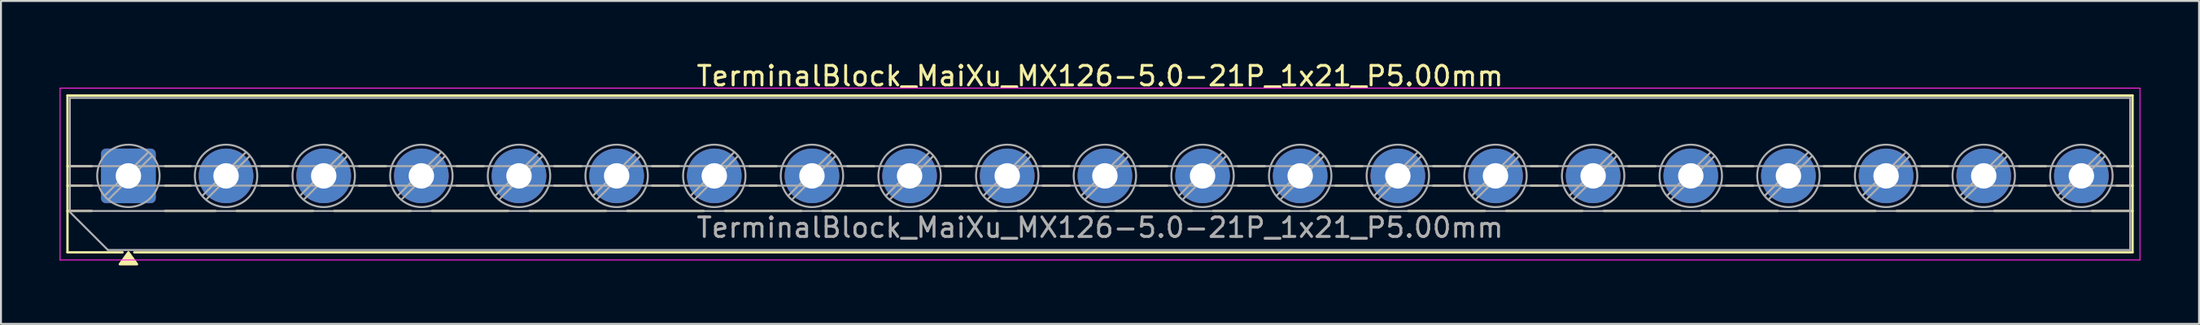
<source format=kicad_pcb>
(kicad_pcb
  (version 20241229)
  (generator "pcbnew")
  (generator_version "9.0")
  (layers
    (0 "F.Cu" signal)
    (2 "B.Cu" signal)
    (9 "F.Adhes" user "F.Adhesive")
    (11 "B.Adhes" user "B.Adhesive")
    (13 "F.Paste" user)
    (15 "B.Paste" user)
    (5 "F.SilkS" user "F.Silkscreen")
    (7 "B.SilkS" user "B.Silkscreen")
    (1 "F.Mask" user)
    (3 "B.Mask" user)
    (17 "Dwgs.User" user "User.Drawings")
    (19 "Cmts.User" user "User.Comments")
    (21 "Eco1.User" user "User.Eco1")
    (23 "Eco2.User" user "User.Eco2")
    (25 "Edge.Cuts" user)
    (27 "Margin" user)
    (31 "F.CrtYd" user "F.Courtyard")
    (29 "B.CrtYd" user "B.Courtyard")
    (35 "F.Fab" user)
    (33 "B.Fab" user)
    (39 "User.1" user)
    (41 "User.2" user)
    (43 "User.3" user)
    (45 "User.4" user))
  (footprint "TerminalBlock_MaiXu_MX126-5.0-21P_1x21_P5.00mm"
    (layer "F.Cu")
    (at 3.525 5.968)
    (property "Reference" "TerminalBlock_MaiXu_MX126-5.0-21P_1x21_P5.00mm" (at 49.75 -5.12 0) (layer "F.SilkS") (effects (font (size 1 1) (thickness 0.15))))
    (attr through_hole)
    (fp_line (start -3.12 -4.12) (end -3.12 3.92) (stroke (width 0.12) (type solid)) (layer "F.SilkS"))
    (fp_line (start -3.12 -4.12) (end 102.62 -4.12) (stroke (width 0.12) (type solid)) (layer "F.SilkS"))
    (fp_line (start -3.12 -0.5) (end -1.88 -0.5) (stroke (width 0.12) (type solid)) (layer "F.SilkS"))
    (fp_line (start -3.12 0.5) (end -1.88 0.5) (stroke (width 0.12) (type solid)) (layer "F.SilkS"))
    (fp_line (start -3.12 1.8) (end -1.88 1.8) (stroke (width 0.12) (type solid)) (layer "F.SilkS"))
    (fp_line (start -3.12 3.92) (end -0.3 3.92) (stroke (width 0.12) (type solid)) (layer "F.SilkS"))
    (fp_line (start 0.3 3.92) (end 102.62 3.92) (stroke (width 0.12) (type solid)) (layer "F.SilkS"))
    (fp_line (start 1.88 -0.5) (end 3.188 -0.5) (stroke (width 0.12) (type solid)) (layer "F.SilkS"))
    (fp_line (start 1.88 0.5) (end 3.188 0.5) (stroke (width 0.12) (type solid)) (layer "F.SilkS"))
    (fp_line (start 1.88 1.8) (end 4.457 1.8) (stroke (width 0.12) (type solid)) (layer "F.SilkS"))
    (fp_line (start 5.543 1.8) (end 9.457 1.8) (stroke (width 0.12) (type solid)) (layer "F.SilkS"))
    (fp_line (start 6.812 -0.5) (end 8.188 -0.5) (stroke (width 0.12) (type solid)) (layer "F.SilkS"))
    (fp_line (start 6.812 0.5) (end 8.188 0.5) (stroke (width 0.12) (type solid)) (layer "F.SilkS"))
    (fp_line (start 10.543 1.8) (end 14.457 1.8) (stroke (width 0.12) (type solid)) (layer "F.SilkS"))
    (fp_line (start 11.812 -0.5) (end 13.188 -0.5) (stroke (width 0.12) (type solid)) (layer "F.SilkS"))
    (fp_line (start 11.812 0.5) (end 13.188 0.5) (stroke (width 0.12) (type solid)) (layer "F.SilkS"))
    (fp_line (start 15.543 1.8) (end 19.457 1.8) (stroke (width 0.12) (type solid)) (layer "F.SilkS"))
    (fp_line (start 16.812 -0.5) (end 18.188 -0.5) (stroke (width 0.12) (type solid)) (layer "F.SilkS"))
    (fp_line (start 16.812 0.5) (end 18.188 0.5) (stroke (width 0.12) (type solid)) (layer "F.SilkS"))
    (fp_line (start 20.543 1.8) (end 24.457 1.8) (stroke (width 0.12) (type solid)) (layer "F.SilkS"))
    (fp_line (start 21.812 -0.5) (end 23.188 -0.5) (stroke (width 0.12) (type solid)) (layer "F.SilkS"))
    (fp_line (start 21.812 0.5) (end 23.188 0.5) (stroke (width 0.12) (type solid)) (layer "F.SilkS"))
    (fp_line (start 25.543 1.8) (end 29.457 1.8) (stroke (width 0.12) (type solid)) (layer "F.SilkS"))
    (fp_line (start 26.812 -0.5) (end 28.188 -0.5) (stroke (width 0.12) (type solid)) (layer "F.SilkS"))
    (fp_line (start 26.812 0.5) (end 28.188 0.5) (stroke (width 0.12) (type solid)) (layer "F.SilkS"))
    (fp_line (start 30.543 1.8) (end 34.457 1.8) (stroke (width 0.12) (type solid)) (layer "F.SilkS"))
    (fp_line (start 31.812 -0.5) (end 33.188 -0.5) (stroke (width 0.12) (type solid)) (layer "F.SilkS"))
    (fp_line (start 31.812 0.5) (end 33.188 0.5) (stroke (width 0.12) (type solid)) (layer "F.SilkS"))
    (fp_line (start 35.543 1.8) (end 39.457 1.8) (stroke (width 0.12) (type solid)) (layer "F.SilkS"))
    (fp_line (start 36.812 -0.5) (end 38.188 -0.5) (stroke (width 0.12) (type solid)) (layer "F.SilkS"))
    (fp_line (start 36.812 0.5) (end 38.188 0.5) (stroke (width 0.12) (type solid)) (layer "F.SilkS"))
    (fp_line (start 40.543 1.8) (end 44.457 1.8) (stroke (width 0.12) (type solid)) (layer "F.SilkS"))
    (fp_line (start 41.812 -0.5) (end 43.188 -0.5) (stroke (width 0.12) (type solid)) (layer "F.SilkS"))
    (fp_line (start 41.812 0.5) (end 43.188 0.5) (stroke (width 0.12) (type solid)) (layer "F.SilkS"))
    (fp_line (start 45.543 1.8) (end 49.457 1.8) (stroke (width 0.12) (type solid)) (layer "F.SilkS"))
    (fp_line (start 46.812 -0.5) (end 48.188 -0.5) (stroke (width 0.12) (type solid)) (layer "F.SilkS"))
    (fp_line (start 46.812 0.5) (end 48.188 0.5) (stroke (width 0.12) (type solid)) (layer "F.SilkS"))
    (fp_line (start 50.543 1.8) (end 54.457 1.8) (stroke (width 0.12) (type solid)) (layer "F.SilkS"))
    (fp_line (start 51.812 -0.5) (end 53.188 -0.5) (stroke (width 0.12) (type solid)) (layer "F.SilkS"))
    (fp_line (start 51.812 0.5) (end 53.188 0.5) (stroke (width 0.12) (type solid)) (layer "F.SilkS"))
    (fp_line (start 55.543 1.8) (end 59.457 1.8) (stroke (width 0.12) (type solid)) (layer "F.SilkS"))
    (fp_line (start 56.812 -0.5) (end 58.188 -0.5) (stroke (width 0.12) (type solid)) (layer "F.SilkS"))
    (fp_line (start 56.812 0.5) (end 58.188 0.5) (stroke (width 0.12) (type solid)) (layer "F.SilkS"))
    (fp_line (start 60.543 1.8) (end 64.457 1.8) (stroke (width 0.12) (type solid)) (layer "F.SilkS"))
    (fp_line (start 61.812 -0.5) (end 63.188 -0.5) (stroke (width 0.12) (type solid)) (layer "F.SilkS"))
    (fp_line (start 61.812 0.5) (end 63.188 0.5) (stroke (width 0.12) (type solid)) (layer "F.SilkS"))
    (fp_line (start 65.543 1.8) (end 69.457 1.8) (stroke (width 0.12) (type solid)) (layer "F.SilkS"))
    (fp_line (start 66.812 -0.5) (end 68.188 -0.5) (stroke (width 0.12) (type solid)) (layer "F.SilkS"))
    (fp_line (start 66.812 0.5) (end 68.188 0.5) (stroke (width 0.12) (type solid)) (layer "F.SilkS"))
    (fp_line (start 70.543 1.8) (end 74.457 1.8) (stroke (width 0.12) (type solid)) (layer "F.SilkS"))
    (fp_line (start 71.812 -0.5) (end 73.188 -0.5) (stroke (width 0.12) (type solid)) (layer "F.SilkS"))
    (fp_line (start 71.812 0.5) (end 73.188 0.5) (stroke (width 0.12) (type solid)) (layer "F.SilkS"))
    (fp_line (start 75.543 1.8) (end 79.457 1.8) (stroke (width 0.12) (type solid)) (layer "F.SilkS"))
    (fp_line (start 76.812 -0.5) (end 78.188 -0.5) (stroke (width 0.12) (type solid)) (layer "F.SilkS"))
    (fp_line (start 76.812 0.5) (end 78.188 0.5) (stroke (width 0.12) (type solid)) (layer "F.SilkS"))
    (fp_line (start 80.543 1.8) (end 84.457 1.8) (stroke (width 0.12) (type solid)) (layer "F.SilkS"))
    (fp_line (start 81.812 -0.5) (end 83.188 -0.5) (stroke (width 0.12) (type solid)) (layer "F.SilkS"))
    (fp_line (start 81.812 0.5) (end 83.188 0.5) (stroke (width 0.12) (type solid)) (layer "F.SilkS"))
    (fp_line (start 85.543 1.8) (end 89.457 1.8) (stroke (width 0.12) (type solid)) (layer "F.SilkS"))
    (fp_line (start 86.812 -0.5) (end 88.188 -0.5) (stroke (width 0.12) (type solid)) (layer "F.SilkS"))
    (fp_line (start 86.812 0.5) (end 88.188 0.5) (stroke (width 0.12) (type solid)) (layer "F.SilkS"))
    (fp_line (start 90.543 1.8) (end 94.457 1.8) (stroke (width 0.12) (type solid)) (layer "F.SilkS"))
    (fp_line (start 91.812 -0.5) (end 93.188 -0.5) (stroke (width 0.12) (type solid)) (layer "F.SilkS"))
    (fp_line (start 91.812 0.5) (end 93.188 0.5) (stroke (width 0.12) (type solid)) (layer "F.SilkS"))
    (fp_line (start 95.543 1.8) (end 99.457 1.8) (stroke (width 0.12) (type solid)) (layer "F.SilkS"))
    (fp_line (start 96.812 -0.5) (end 98.188 -0.5) (stroke (width 0.12) (type solid)) (layer "F.SilkS"))
    (fp_line (start 96.812 0.5) (end 98.188 0.5) (stroke (width 0.12) (type solid)) (layer "F.SilkS"))
    (fp_line (start 100.543 1.8) (end 102.62 1.8) (stroke (width 0.12) (type solid)) (layer "F.SilkS"))
    (fp_line (start 101.812 -0.5) (end 102.62 -0.5) (stroke (width 0.12) (type solid)) (layer "F.SilkS"))
    (fp_line (start 101.812 0.5) (end 102.62 0.5) (stroke (width 0.12) (type solid)) (layer "F.SilkS"))
    (fp_line (start 102.62 -4.12) (end 102.62 3.92) (stroke (width 0.12) (type solid)) (layer "F.SilkS"))
    (fp_poly (pts (xy 0 3.92) (xy 0.44 4.53) (xy -0.44 4.53)) (stroke (width 0.12) (type solid)) (fill yes) (layer "F.SilkS"))
    (fp_line (start -3.5 -4.5) (end -3.5 4.31) (stroke (width 0.05) (type solid)) (layer "F.CrtYd"))
    (fp_line (start -3.5 4.31) (end 103 4.31) (stroke (width 0.05) (type solid)) (layer "F.CrtYd"))
    (fp_line (start 103 -4.5) (end -3.5 -4.5) (stroke (width 0.05) (type solid)) (layer "F.CrtYd"))
    (fp_line (start 103 4.31) (end 103 -4.5) (stroke (width 0.05) (type solid)) (layer "F.CrtYd"))
    (fp_line (start -3 -4) (end 102.5 -4) (stroke (width 0.1) (type solid)) (layer "F.Fab"))
    (fp_line (start -3 -0.5) (end 102.5 -0.5) (stroke (width 0.1) (type solid)) (layer "F.Fab"))
    (fp_line (start -3 0.5) (end 102.5 0.5) (stroke (width 0.1) (type solid)) (layer "F.Fab"))
    (fp_line (start -3 1.8) (end 102.5 1.8) (stroke (width 0.1) (type solid)) (layer "F.Fab"))
    (fp_line (start -3 1.85) (end -3 -4) (stroke (width 0.1) (type solid)) (layer "F.Fab"))
    (fp_line (start -1.05 3.8) (end -3 1.85) (stroke (width 0.1) (type solid)) (layer "F.Fab"))
    (fp_line (start 1.018 -1.213) (end -1.214 1.018) (stroke (width 0.1) (type solid)) (layer "F.Fab"))
    (fp_line (start 1.213 -1.018) (end -1.018 1.213) (stroke (width 0.1) (type solid)) (layer "F.Fab"))
    (fp_line (start 6.018 -1.213) (end 3.786 1.018) (stroke (width 0.1) (type solid)) (layer "F.Fab"))
    (fp_line (start 6.213 -1.018) (end 3.982 1.213) (stroke (width 0.1) (type solid)) (layer "F.Fab"))
    (fp_line (start 11.018 -1.213) (end 8.786 1.018) (stroke (width 0.1) (type solid)) (layer "F.Fab"))
    (fp_line (start 11.213 -1.018) (end 8.982 1.213) (stroke (width 0.1) (type solid)) (layer "F.Fab"))
    (fp_line (start 16.018 -1.213) (end 13.786 1.018) (stroke (width 0.1) (type solid)) (layer "F.Fab"))
    (fp_line (start 16.213 -1.018) (end 13.982 1.213) (stroke (width 0.1) (type solid)) (layer "F.Fab"))
    (fp_line (start 21.018 -1.213) (end 18.786 1.018) (stroke (width 0.1) (type solid)) (layer "F.Fab"))
    (fp_line (start 21.213 -1.018) (end 18.982 1.213) (stroke (width 0.1) (type solid)) (layer "F.Fab"))
    (fp_line (start 26.018 -1.213) (end 23.786 1.018) (stroke (width 0.1) (type solid)) (layer "F.Fab"))
    (fp_line (start 26.213 -1.018) (end 23.982 1.213) (stroke (width 0.1) (type solid)) (layer "F.Fab"))
    (fp_line (start 31.018 -1.213) (end 28.786 1.018) (stroke (width 0.1) (type solid)) (layer "F.Fab"))
    (fp_line (start 31.213 -1.018) (end 28.982 1.213) (stroke (width 0.1) (type solid)) (layer "F.Fab"))
    (fp_line (start 36.018 -1.213) (end 33.786 1.018) (stroke (width 0.1) (type solid)) (layer "F.Fab"))
    (fp_line (start 36.213 -1.018) (end 33.982 1.213) (stroke (width 0.1) (type solid)) (layer "F.Fab"))
    (fp_line (start 41.018 -1.213) (end 38.786 1.018) (stroke (width 0.1) (type solid)) (layer "F.Fab"))
    (fp_line (start 41.213 -1.018) (end 38.982 1.213) (stroke (width 0.1) (type solid)) (layer "F.Fab"))
    (fp_line (start 46.018 -1.213) (end 43.786 1.018) (stroke (width 0.1) (type solid)) (layer "F.Fab"))
    (fp_line (start 46.213 -1.018) (end 43.982 1.213) (stroke (width 0.1) (type solid)) (layer "F.Fab"))
    (fp_line (start 51.018 -1.213) (end 48.786 1.018) (stroke (width 0.1) (type solid)) (layer "F.Fab"))
    (fp_line (start 51.213 -1.018) (end 48.982 1.213) (stroke (width 0.1) (type solid)) (layer "F.Fab"))
    (fp_line (start 56.018 -1.213) (end 53.786 1.018) (stroke (width 0.1) (type solid)) (layer "F.Fab"))
    (fp_line (start 56.213 -1.018) (end 53.982 1.213) (stroke (width 0.1) (type solid)) (layer "F.Fab"))
    (fp_line (start 61.018 -1.213) (end 58.786 1.018) (stroke (width 0.1) (type solid)) (layer "F.Fab"))
    (fp_line (start 61.213 -1.018) (end 58.982 1.213) (stroke (width 0.1) (type solid)) (layer "F.Fab"))
    (fp_line (start 66.018 -1.213) (end 63.786 1.018) (stroke (width 0.1) (type solid)) (layer "F.Fab"))
    (fp_line (start 66.213 -1.018) (end 63.982 1.213) (stroke (width 0.1) (type solid)) (layer "F.Fab"))
    (fp_line (start 71.018 -1.213) (end 68.786 1.018) (stroke (width 0.1) (type solid)) (layer "F.Fab"))
    (fp_line (start 71.213 -1.018) (end 68.982 1.213) (stroke (width 0.1) (type solid)) (layer "F.Fab"))
    (fp_line (start 76.018 -1.213) (end 73.786 1.018) (stroke (width 0.1) (type solid)) (layer "F.Fab"))
    (fp_line (start 76.213 -1.018) (end 73.982 1.213) (stroke (width 0.1) (type solid)) (layer "F.Fab"))
    (fp_line (start 81.018 -1.213) (end 78.786 1.018) (stroke (width 0.1) (type solid)) (layer "F.Fab"))
    (fp_line (start 81.213 -1.018) (end 78.982 1.213) (stroke (width 0.1) (type solid)) (layer "F.Fab"))
    (fp_line (start 86.018 -1.213) (end 83.786 1.018) (stroke (width 0.1) (type solid)) (layer "F.Fab"))
    (fp_line (start 86.213 -1.018) (end 83.982 1.213) (stroke (width 0.1) (type solid)) (layer "F.Fab"))
    (fp_line (start 91.018 -1.213) (end 88.786 1.018) (stroke (width 0.1) (type solid)) (layer "F.Fab"))
    (fp_line (start 91.213 -1.018) (end 88.982 1.213) (stroke (width 0.1) (type solid)) (layer "F.Fab"))
    (fp_line (start 96.018 -1.213) (end 93.786 1.018) (stroke (width 0.1) (type solid)) (layer "F.Fab"))
    (fp_line (start 96.213 -1.018) (end 93.982 1.213) (stroke (width 0.1) (type solid)) (layer "F.Fab"))
    (fp_line (start 101.018 -1.213) (end 98.786 1.018) (stroke (width 0.1) (type solid)) (layer "F.Fab"))
    (fp_line (start 101.213 -1.018) (end 98.982 1.213) (stroke (width 0.1) (type solid)) (layer "F.Fab"))
    (fp_line (start 102.5 -4) (end 102.5 3.8) (stroke (width 0.1) (type solid)) (layer "F.Fab"))
    (fp_line (start 102.5 3.8) (end -1.05 3.8) (stroke (width 0.1) (type solid)) (layer "F.Fab"))
    (fp_circle (center 0 0) (end 1.6 0) (stroke (width 0.1) (type solid)) (fill no) (layer "F.Fab"))
    (fp_circle (center 5 0) (end 6.6 0) (stroke (width 0.1) (type solid)) (fill no) (layer "F.Fab"))
    (fp_circle (center 10 0) (end 11.6 0) (stroke (width 0.1) (type solid)) (fill no) (layer "F.Fab"))
    (fp_circle (center 15 0) (end 16.6 0) (stroke (width 0.1) (type solid)) (fill no) (layer "F.Fab"))
    (fp_circle (center 20 0) (end 21.6 0) (stroke (width 0.1) (type solid)) (fill no) (layer "F.Fab"))
    (fp_circle (center 25 0) (end 26.6 0) (stroke (width 0.1) (type solid)) (fill no) (layer "F.Fab"))
    (fp_circle (center 30 0) (end 31.6 0) (stroke (width 0.1) (type solid)) (fill no) (layer "F.Fab"))
    (fp_circle (center 35 0) (end 36.6 0) (stroke (width 0.1) (type solid)) (fill no) (layer "F.Fab"))
    (fp_circle (center 40 0) (end 41.6 0) (stroke (width 0.1) (type solid)) (fill no) (layer "F.Fab"))
    (fp_circle (center 45 0) (end 46.6 0) (stroke (width 0.1) (type solid)) (fill no) (layer "F.Fab"))
    (fp_circle (center 50 0) (end 51.6 0) (stroke (width 0.1) (type solid)) (fill no) (layer "F.Fab"))
    (fp_circle (center 55 0) (end 56.6 0) (stroke (width 0.1) (type solid)) (fill no) (layer "F.Fab"))
    (fp_circle (center 60 0) (end 61.6 0) (stroke (width 0.1) (type solid)) (fill no) (layer "F.Fab"))
    (fp_circle (center 65 0) (end 66.6 0) (stroke (width 0.1) (type solid)) (fill no) (layer "F.Fab"))
    (fp_circle (center 70 0) (end 71.6 0) (stroke (width 0.1) (type solid)) (fill no) (layer "F.Fab"))
    (fp_circle (center 75 0) (end 76.6 0) (stroke (width 0.1) (type solid)) (fill no) (layer "F.Fab"))
    (fp_circle (center 80 0) (end 81.6 0) (stroke (width 0.1) (type solid)) (fill no) (layer "F.Fab"))
    (fp_circle (center 85 0) (end 86.6 0) (stroke (width 0.1) (type solid)) (fill no) (layer "F.Fab"))
    (fp_circle (center 90 0) (end 91.6 0) (stroke (width 0.1) (type solid)) (fill no) (layer "F.Fab"))
    (fp_circle (center 95 0) (end 96.6 0) (stroke (width 0.1) (type solid)) (fill no) (layer "F.Fab"))
    (fp_circle (center 100 0) (end 101.6 0) (stroke (width 0.1) (type solid)) (fill no) (layer "F.Fab"))
    (fp_text user "${REFERENCE}" (at 49.75 2.65 0) (layer "F.Fab") (effects (font (size 1 1) (thickness 0.15))))
    (pad "1" thru_hole roundrect (at 0 0) (size 2.8 2.8) (drill 1.3) (layers "*.Cu" "*.Mask") (roundrect_rratio 0.089))
    (pad "2" thru_hole circle (at 5 0) (size 2.8 2.8) (drill 1.3) (layers "*.Cu" "*.Mask"))
    (pad "3" thru_hole circle (at 10 0) (size 2.8 2.8) (drill 1.3) (layers "*.Cu" "*.Mask"))
    (pad "4" thru_hole circle (at 15 0) (size 2.8 2.8) (drill 1.3) (layers "*.Cu" "*.Mask"))
    (pad "5" thru_hole circle (at 20 0) (size 2.8 2.8) (drill 1.3) (layers "*.Cu" "*.Mask"))
    (pad "6" thru_hole circle (at 25 0) (size 2.8 2.8) (drill 1.3) (layers "*.Cu" "*.Mask"))
    (pad "7" thru_hole circle (at 30 0) (size 2.8 2.8) (drill 1.3) (layers "*.Cu" "*.Mask"))
    (pad "8" thru_hole circle (at 35 0) (size 2.8 2.8) (drill 1.3) (layers "*.Cu" "*.Mask"))
    (pad "9" thru_hole circle (at 40 0) (size 2.8 2.8) (drill 1.3) (layers "*.Cu" "*.Mask"))
    (pad "10" thru_hole circle (at 45 0) (size 2.8 2.8) (drill 1.3) (layers "*.Cu" "*.Mask"))
    (pad "11" thru_hole circle (at 50 0) (size 2.8 2.8) (drill 1.3) (layers "*.Cu" "*.Mask"))
    (pad "12" thru_hole circle (at 55 0) (size 2.8 2.8) (drill 1.3) (layers "*.Cu" "*.Mask"))
    (pad "13" thru_hole circle (at 60 0) (size 2.8 2.8) (drill 1.3) (layers "*.Cu" "*.Mask"))
    (pad "14" thru_hole circle (at 65 0) (size 2.8 2.8) (drill 1.3) (layers "*.Cu" "*.Mask"))
    (pad "15" thru_hole circle (at 70 0) (size 2.8 2.8) (drill 1.3) (layers "*.Cu" "*.Mask"))
    (pad "16" thru_hole circle (at 75 0) (size 2.8 2.8) (drill 1.3) (layers "*.Cu" "*.Mask"))
    (pad "17" thru_hole circle (at 80 0) (size 2.8 2.8) (drill 1.3) (layers "*.Cu" "*.Mask"))
    (pad "18" thru_hole circle (at 85 0) (size 2.8 2.8) (drill 1.3) (layers "*.Cu" "*.Mask"))
    (pad "19" thru_hole circle (at 90 0) (size 2.8 2.8) (drill 1.3) (layers "*.Cu" "*.Mask"))
    (pad "20" thru_hole circle (at 95 0) (size 2.8 2.8) (drill 1.3) (layers "*.Cu" "*.Mask"))
    (pad "21" thru_hole circle (at 100 0) (size 2.8 2.8) (drill 1.3) (layers "*.Cu" "*.Mask")))
  (gr_rect
    (start -3 -3)
    (end 109.55 13.558)
    (stroke (width 0.1) (type default))
    (fill no)
    (layer "Edge.Cuts")))
</source>
